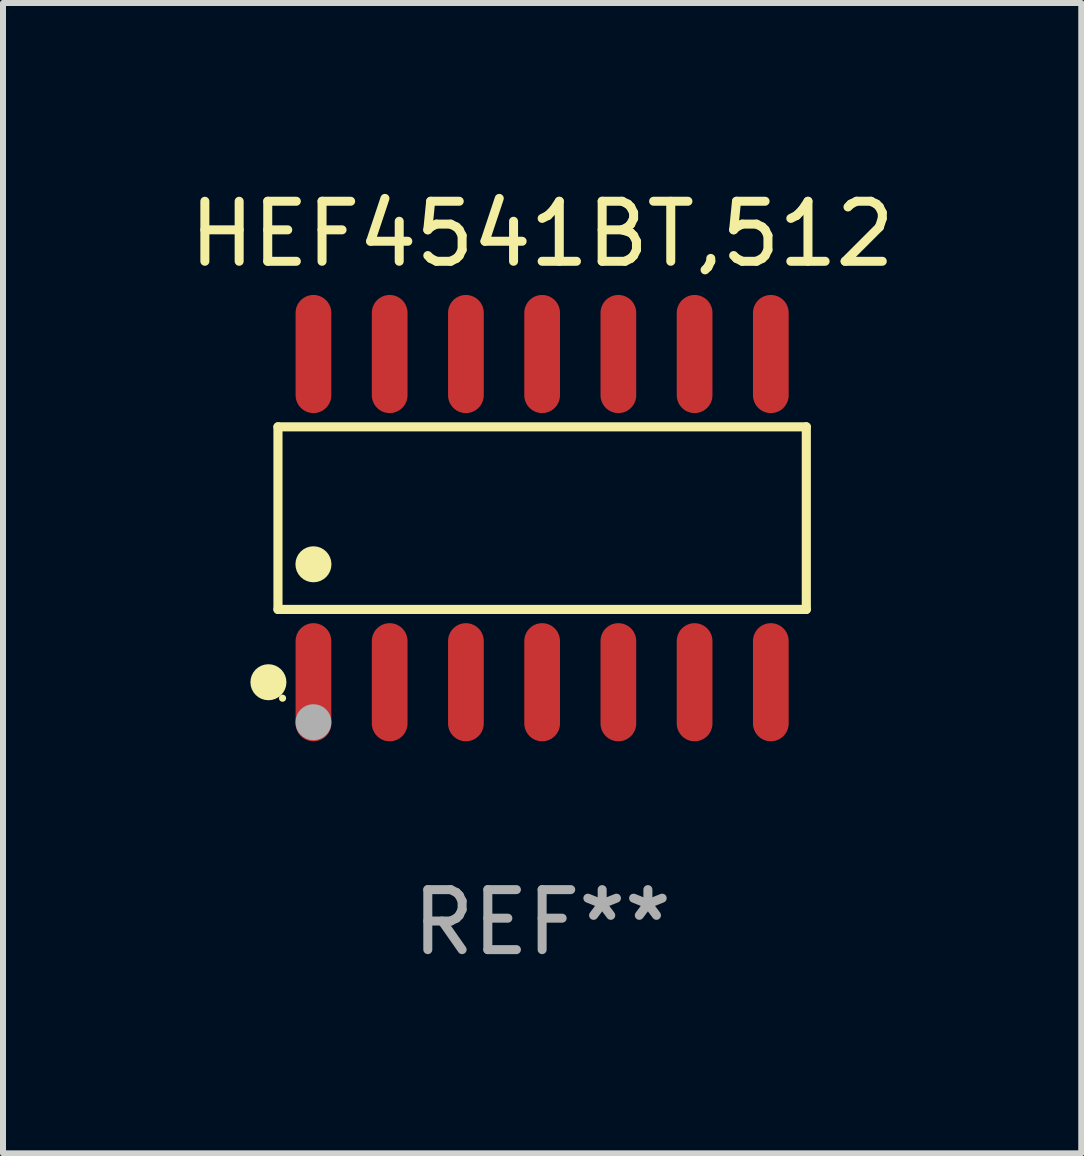
<source format=kicad_pcb>
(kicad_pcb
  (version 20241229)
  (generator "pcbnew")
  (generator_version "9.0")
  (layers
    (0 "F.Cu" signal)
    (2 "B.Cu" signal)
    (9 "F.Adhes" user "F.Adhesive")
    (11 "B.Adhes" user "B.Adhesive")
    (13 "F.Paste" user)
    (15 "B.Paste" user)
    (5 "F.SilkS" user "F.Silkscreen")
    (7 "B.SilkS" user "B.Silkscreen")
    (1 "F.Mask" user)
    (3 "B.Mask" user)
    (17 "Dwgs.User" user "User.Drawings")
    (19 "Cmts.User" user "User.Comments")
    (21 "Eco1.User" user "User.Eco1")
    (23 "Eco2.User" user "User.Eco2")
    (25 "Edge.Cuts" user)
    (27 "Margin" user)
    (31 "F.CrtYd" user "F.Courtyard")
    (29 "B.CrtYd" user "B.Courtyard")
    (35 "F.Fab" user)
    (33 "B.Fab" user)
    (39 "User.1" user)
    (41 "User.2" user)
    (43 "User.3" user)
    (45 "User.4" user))
  (footprint "HEF4541BT,512"
    (layer "F.Cu")
    (at 5.982 5.582)
    (property "Reference" "HEF4541BT,512" (at 0 -4.734 0) (layer "F.SilkS") (effects (font (size 1 1) (thickness 0.15))))
    (attr through_hole)
    (fp_line (start -4.401 -1.521) (end 4.401 -1.521) (stroke (width 0.152) (type solid)) (layer "F.SilkS"))
    (fp_line (start -4.401 1.521) (end -4.401 -1.521) (stroke (width 0.152) (type solid)) (layer "F.SilkS"))
    (fp_line (start 4.401 -1.521) (end 4.401 1.521) (stroke (width 0.152) (type solid)) (layer "F.SilkS"))
    (fp_line (start 4.401 1.521) (end -4.401 1.521) (stroke (width 0.152) (type solid)) (layer "F.SilkS"))
    (fp_circle (center -4.56 2.734) (end -4.41 2.734) (stroke (width 0.3) (type solid)) (fill no) (layer "F.SilkS"))
    (fp_circle (center -4.325 3) (end -4.295 3) (stroke (width 0.06) (type solid)) (fill no) (layer "F.SilkS"))
    (fp_circle (center -3.81 0.769) (end -3.66 0.769) (stroke (width 0.3) (type solid)) (fill no) (layer "F.SilkS"))
    (fp_circle (center -3.81 3.4) (end -3.66 3.4) (stroke (width 0.3) (type solid)) (fill no) (layer "F.Fab"))
    (fp_text user "REF**" (at 0 6.734 0) (layer "F.Fab") (effects (font (size 1 1) (thickness 0.15))))
    (pad "1" smd oval (at -3.81 2.734) (size 0.595 1.968) (layers "F.Cu" "F.Mask" "F.Paste"))
    (pad "2" smd oval (at -2.54 2.734) (size 0.595 1.968) (layers "F.Cu" "F.Mask" "F.Paste"))
    (pad "3" smd oval (at -1.27 2.734) (size 0.595 1.968) (layers "F.Cu" "F.Mask" "F.Paste"))
    (pad "4" smd oval (at 0 2.734) (size 0.595 1.968) (layers "F.Cu" "F.Mask" "F.Paste"))
    (pad "5" smd oval (at 1.27 2.734) (size 0.595 1.968) (layers "F.Cu" "F.Mask" "F.Paste"))
    (pad "6" smd oval (at 2.54 2.734) (size 0.595 1.968) (layers "F.Cu" "F.Mask" "F.Paste"))
    (pad "7" smd oval (at 3.81 2.734) (size 0.595 1.968) (layers "F.Cu" "F.Mask" "F.Paste"))
    (pad "8" smd oval (at 3.81 -2.734) (size 0.595 1.968) (layers "F.Cu" "F.Mask" "F.Paste"))
    (pad "9" smd oval (at 2.54 -2.734) (size 0.595 1.968) (layers "F.Cu" "F.Mask" "F.Paste"))
    (pad "10" smd oval (at 1.27 -2.734) (size 0.595 1.968) (layers "F.Cu" "F.Mask" "F.Paste"))
    (pad "11" smd oval (at 0 -2.734) (size 0.595 1.968) (layers "F.Cu" "F.Mask" "F.Paste"))
    (pad "12" smd oval (at -1.27 -2.734) (size 0.595 1.968) (layers "F.Cu" "F.Mask" "F.Paste"))
    (pad "13" smd oval (at -2.54 -2.734) (size 0.595 1.968) (layers "F.Cu" "F.Mask" "F.Paste"))
    (pad "14" smd oval (at -3.81 -2.734) (size 0.595 1.968) (layers "F.Cu" "F.Mask" "F.Paste")))
  (gr_rect
    (start -3 -3)
    (end 14.964 16.164)
    (stroke (width 0.1) (type default))
    (fill no)
    (layer "Edge.Cuts")))
</source>
